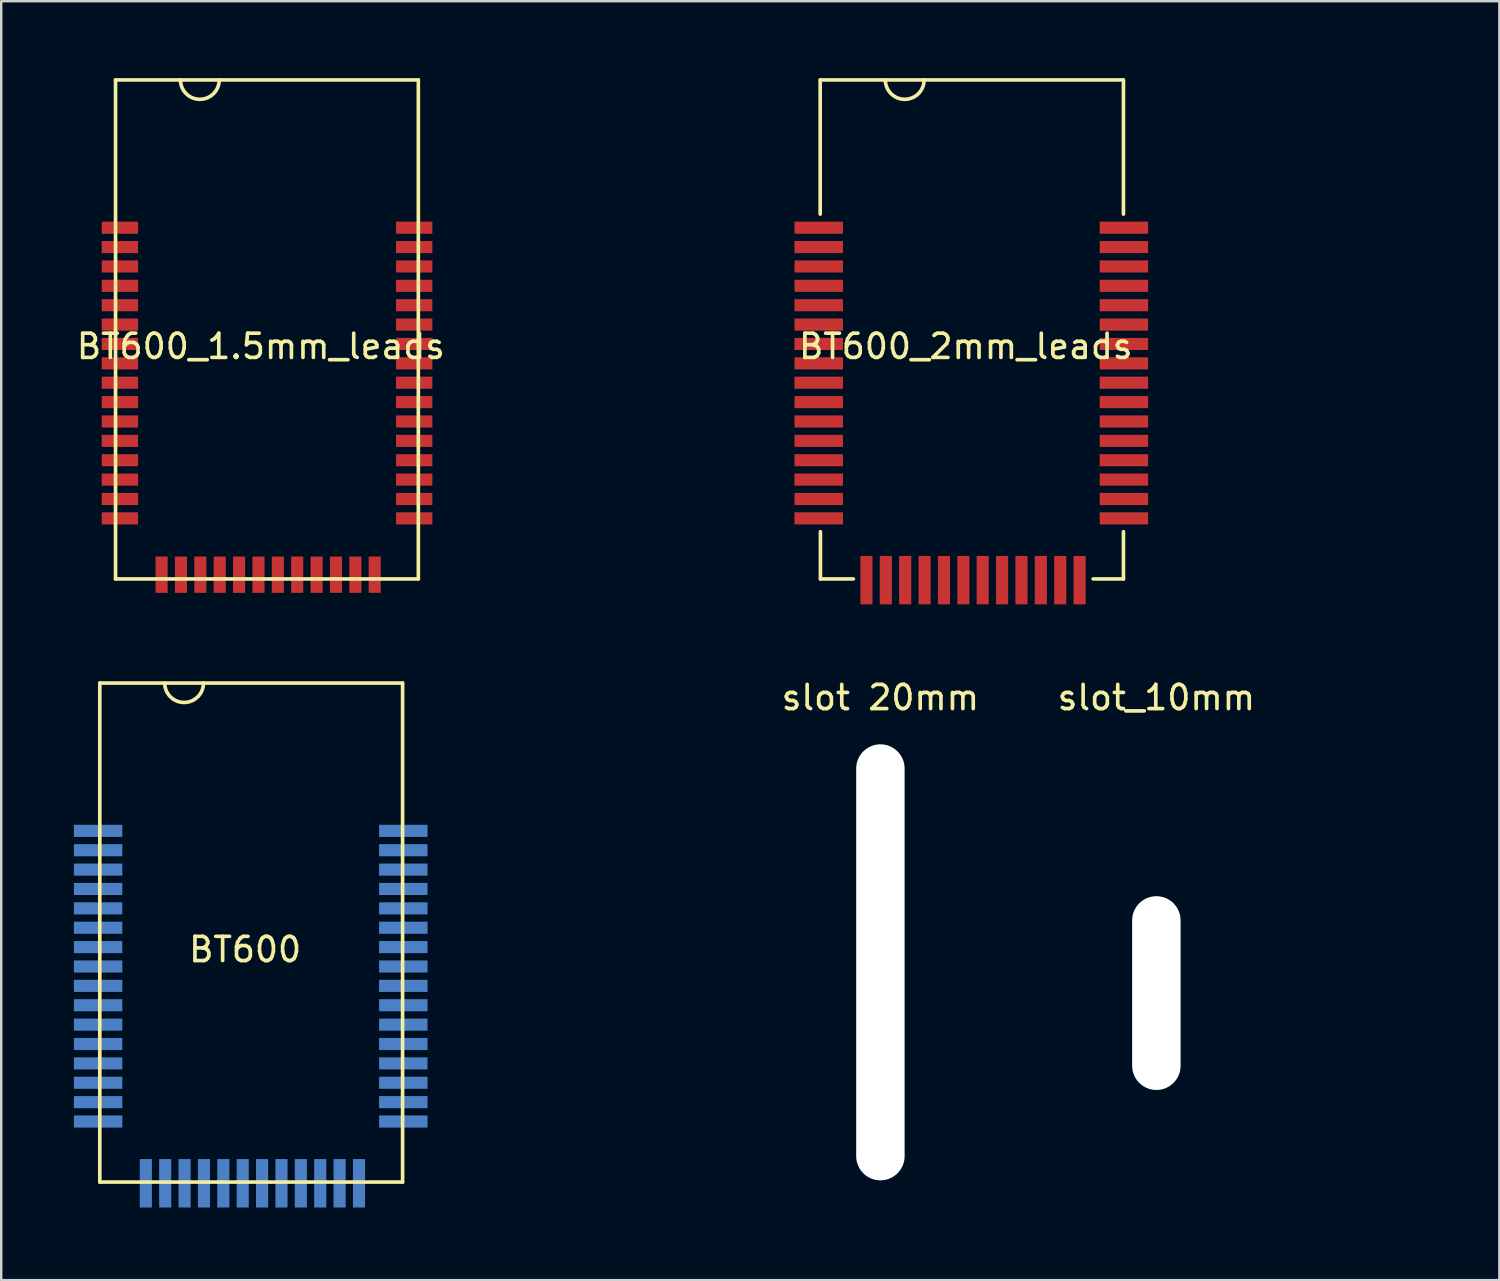
<source format=kicad_pcb>
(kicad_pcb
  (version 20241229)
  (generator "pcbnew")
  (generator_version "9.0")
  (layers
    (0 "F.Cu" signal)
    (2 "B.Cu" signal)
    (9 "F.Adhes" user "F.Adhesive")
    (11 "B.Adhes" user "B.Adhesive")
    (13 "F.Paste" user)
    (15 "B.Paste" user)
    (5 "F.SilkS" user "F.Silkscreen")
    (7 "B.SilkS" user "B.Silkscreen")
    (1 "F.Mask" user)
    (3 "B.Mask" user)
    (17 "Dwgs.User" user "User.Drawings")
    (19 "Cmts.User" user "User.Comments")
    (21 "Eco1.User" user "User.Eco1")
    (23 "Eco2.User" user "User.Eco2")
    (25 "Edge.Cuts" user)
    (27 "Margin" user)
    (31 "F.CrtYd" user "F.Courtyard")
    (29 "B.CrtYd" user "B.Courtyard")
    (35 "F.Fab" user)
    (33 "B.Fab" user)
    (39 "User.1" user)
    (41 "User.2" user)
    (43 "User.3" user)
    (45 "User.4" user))
  (footprint "slot 20mm"
    (layer "F.Cu")
    (at 33.296 25.248)
    (property "Reference" "slot 20mm" (at 0 0.5 0) (layer "F.SilkS") (effects (font (size 1 1) (thickness 0.15))))
    (attr through_hole)
    (pad "" np_thru_hole oval (at 0 11.43) (size 2 18) (drill oval 2 18) (layers "*.Cu" "*.Mask")))
  (footprint "BT600_1.5mm_leads"
    (layer "F.Cu")
    (at 26.5 0.25)
    (property "Reference" "BT600_1.5mm_leads" (at -18.78 11 0) (layer "F.SilkS") (effects (font (size 1 1) (thickness 0.15))))
    (attr through_hole)
    (fp_line (start -24.78 0) (end -24.78 20.6) (stroke (width 0.15) (type solid)) (layer "F.SilkS"))
    (fp_line (start -24.78 20.6) (end -12.28 20.6) (stroke (width 0.15) (type solid)) (layer "F.SilkS"))
    (fp_line (start -12.28 0) (end -24.78 0) (stroke (width 0.15) (type solid)) (layer "F.SilkS"))
    (fp_line (start -12.28 20.6) (end -12.28 0) (stroke (width 0.15) (type solid)) (layer "F.SilkS"))
    (fp_arc (start -20.5 0) (mid -21.3 0.8) (end -22.1 0) (stroke (width 0.15) (type solid)) (layer "F.SilkS"))
    (pad "1" smd rect (at -22.88 20.425 270) (size 1.5 0.5) (layers "F.Cu" "B.Mask" "B.Paste"))
    (pad "2" smd rect (at -22.08 20.425 270) (size 1.5 0.5) (layers "F.Cu" "B.Mask" "B.Paste"))
    (pad "3" smd rect (at -21.28 20.425 270) (size 1.5 0.5) (layers "F.Cu" "B.Mask" "B.Paste"))
    (pad "4" smd rect (at -20.48 20.425 270) (size 1.5 0.5) (layers "F.Cu" "B.Mask" "B.Paste"))
    (pad "5" smd rect (at -19.68 20.425 270) (size 1.5 0.5) (layers "F.Cu" "B.Mask" "B.Paste"))
    (pad "6" smd rect (at -18.88 20.425 270) (size 1.5 0.5) (layers "F.Cu" "B.Mask" "B.Paste"))
    (pad "7" smd rect (at -18.08 20.425 270) (size 1.5 0.5) (layers "F.Cu" "B.Mask" "B.Paste"))
    (pad "8" smd rect (at -17.28 20.425 270) (size 1.5 0.5) (layers "F.Cu" "B.Mask" "B.Paste"))
    (pad "9" smd rect (at -16.48 20.425 270) (size 1.5 0.5) (layers "F.Cu" "B.Mask" "B.Paste"))
    (pad "10" smd rect (at -15.68 20.425 270) (size 1.5 0.5) (layers "F.Cu" "B.Mask" "B.Paste"))
    (pad "11" smd rect (at -14.88 20.425 270) (size 1.5 0.5) (layers "F.Cu" "B.Mask" "B.Paste"))
    (pad "12" smd rect (at -14.08 20.425 270) (size 1.5 0.5) (layers "F.Cu" "B.Mask" "B.Paste"))
    (pad "13" smd rect (at -12.45 18.1 270) (size 0.5 1.5) (layers "F.Cu" "B.Mask" "B.Paste"))
    (pad "14" smd rect (at -12.45 17.3 270) (size 0.5 1.5) (layers "F.Cu" "B.Mask" "B.Paste"))
    (pad "15" smd rect (at -12.45 16.5 270) (size 0.5 1.5) (layers "F.Cu" "B.Mask" "B.Paste"))
    (pad "16" smd rect (at -12.45 15.7 270) (size 0.5 1.5) (layers "F.Cu" "B.Mask" "B.Paste"))
    (pad "17" smd rect (at -12.45 14.9 270) (size 0.5 1.5) (layers "F.Cu" "B.Mask" "B.Paste"))
    (pad "18" smd rect (at -12.45 14.1 270) (size 0.5 1.5) (layers "F.Cu" "B.Mask" "B.Paste"))
    (pad "19" smd rect (at -12.45 13.3 270) (size 0.5 1.5) (layers "F.Cu" "B.Mask" "B.Paste"))
    (pad "20" smd rect (at -12.45 12.5 270) (size 0.5 1.5) (layers "F.Cu" "B.Mask" "B.Paste"))
    (pad "21" smd rect (at -12.45 11.7 270) (size 0.5 1.5) (layers "F.Cu" "B.Mask" "B.Paste"))
    (pad "22" smd rect (at -12.45 10.9 270) (size 0.5 1.5) (layers "F.Cu" "B.Mask" "B.Paste"))
    (pad "23" smd rect (at -12.45 10.1 270) (size 0.5 1.5) (layers "F.Cu" "B.Mask" "B.Paste"))
    (pad "24" smd rect (at -12.45 9.3 270) (size 0.5 1.5) (layers "F.Cu" "B.Mask" "B.Paste"))
    (pad "25" smd rect (at -12.45 8.5 270) (size 0.5 1.5) (layers "F.Cu" "B.Mask" "B.Paste"))
    (pad "26" smd rect (at -12.45 7.7 270) (size 0.5 1.5) (layers "F.Cu" "B.Mask" "B.Paste"))
    (pad "27" smd rect (at -12.45 6.9 270) (size 0.5 1.5) (layers "F.Cu" "B.Mask" "B.Paste"))
    (pad "28" smd rect (at -12.45 6.1 270) (size 0.5 1.5) (layers "F.Cu" "B.Mask" "B.Paste"))
    (pad "29" smd rect (at -24.6 6.1 270) (size 0.5 1.5) (layers "F.Cu" "B.Mask" "B.Paste"))
    (pad "30" smd rect (at -24.6 6.9 270) (size 0.5 1.5) (layers "F.Cu" "B.Mask" "B.Paste"))
    (pad "31" smd rect (at -24.6 7.7 270) (size 0.5 1.5) (layers "F.Cu" "B.Mask" "B.Paste"))
    (pad "32" smd rect (at -24.6 8.5 270) (size 0.5 1.5) (layers "F.Cu" "B.Mask" "B.Paste"))
    (pad "33" smd rect (at -24.6 9.3 270) (size 0.5 1.5) (layers "F.Cu" "B.Mask" "B.Paste"))
    (pad "34" smd rect (at -24.6 10.1 270) (size 0.5 1.5) (layers "F.Cu" "B.Mask" "B.Paste"))
    (pad "35" smd rect (at -24.6 10.9 270) (size 0.5 1.5) (layers "F.Cu" "B.Mask" "B.Paste"))
    (pad "36" smd rect (at -24.6 11.7 270) (size 0.5 1.5) (layers "F.Cu" "B.Mask" "B.Paste"))
    (pad "37" smd rect (at -24.6 12.5 270) (size 0.5 1.5) (layers "F.Cu" "B.Mask" "B.Paste"))
    (pad "38" smd rect (at -24.6 13.3 270) (size 0.5 1.5) (layers "F.Cu" "B.Mask" "B.Paste"))
    (pad "39" smd rect (at -24.6 14.1 270) (size 0.5 1.5) (layers "F.Cu" "B.Mask" "B.Paste"))
    (pad "40" smd rect (at -24.6 14.9 270) (size 0.5 1.5) (layers "F.Cu" "B.Mask" "B.Paste"))
    (pad "41" smd rect (at -24.6 15.7 270) (size 0.5 1.5) (layers "F.Cu" "B.Mask" "B.Paste"))
    (pad "42" smd rect (at -24.6 16.5 270) (size 0.5 1.5) (layers "F.Cu" "B.Mask" "B.Paste"))
    (pad "43" smd rect (at -24.6 17.3 270) (size 0.5 1.5) (layers "F.Cu" "B.Mask" "B.Paste"))
    (pad "44" smd rect (at -24.6 18.1 270) (size 0.5 1.5) (layers "F.Cu" "B.Mask" "B.Paste")))
  (footprint "slot_10mm"
    (layer "F.Cu")
    (at 44.689 25.248)
    (property "Reference" "slot_10mm" (at 0 0.5 0) (layer "F.SilkS") (effects (font (size 1 1) (thickness 0.15))))
    (attr through_hole)
    (pad "" np_thru_hole oval (at 0 12.7) (size 2 8) (drill oval 2 8) (layers "*.Cu" "*.Mask")))
  (footprint "BT600_2mm_leads"
    (layer "F.Cu")
    (at 55.6 0.25)
    (property "Reference" "BT600_2mm_leads" (at -18.78 11 0) (layer "F.SilkS") (effects (font (size 1 1) (thickness 0.15))))
    (attr through_hole)
    (fp_line (start -24.79 0) (end -24.79 5.54) (stroke (width 0.15) (type solid)) (layer "F.SilkS"))
    (fp_line (start -24.78 20.6) (end -24.78 18.65) (stroke (width 0.15) (type solid)) (layer "F.SilkS"))
    (fp_line (start -24.78 20.6) (end -23.42 20.6) (stroke (width 0.15) (type solid)) (layer "F.SilkS"))
    (fp_line (start -12.28 0) (end -24.78 0) (stroke (width 0.15) (type solid)) (layer "F.SilkS"))
    (fp_line (start -12.27 0) (end -12.27 5.54) (stroke (width 0.15) (type solid)) (layer "F.SilkS"))
    (fp_line (start -12.27 20.6) (end -13.52 20.6) (stroke (width 0.15) (type solid)) (layer "F.SilkS"))
    (fp_line (start -12.27 20.6) (end -12.27 18.65) (stroke (width 0.15) (type solid)) (layer "F.SilkS"))
    (fp_arc (start -20.5 0) (mid -21.3 0.8) (end -22.1 0) (stroke (width 0.15) (type solid)) (layer "F.SilkS"))
    (pad "1" smd rect (at -22.88 20.65 90) (size 2 0.5) (layers "F.Cu" "F.Mask" "F.Paste"))
    (pad "2" smd rect (at -22.08 20.65 90) (size 2 0.5) (layers "F.Cu" "F.Mask" "F.Paste"))
    (pad "3" smd rect (at -21.28 20.65 90) (size 2 0.5) (layers "F.Cu" "F.Mask" "F.Paste"))
    (pad "4" smd rect (at -20.48 20.65 90) (size 2 0.5) (layers "F.Cu" "F.Mask" "F.Paste"))
    (pad "5" smd rect (at -19.68 20.65 90) (size 2 0.5) (layers "F.Cu" "F.Mask" "F.Paste"))
    (pad "6" smd rect (at -18.88 20.65 90) (size 2 0.5) (layers "F.Cu" "F.Mask" "F.Paste"))
    (pad "7" smd rect (at -18.08 20.65 90) (size 2 0.5) (layers "F.Cu" "F.Mask" "F.Paste"))
    (pad "8" smd rect (at -17.28 20.65 90) (size 2 0.5) (layers "F.Cu" "F.Mask" "F.Paste"))
    (pad "9" smd rect (at -16.48 20.65 90) (size 2 0.5) (layers "F.Cu" "F.Mask" "F.Paste"))
    (pad "10" smd rect (at -15.68 20.65 90) (size 2 0.5) (layers "F.Cu" "F.Mask" "F.Paste"))
    (pad "11" smd rect (at -14.88 20.65 90) (size 2 0.5) (layers "F.Cu" "F.Mask" "F.Paste"))
    (pad "12" smd rect (at -14.08 20.65 90) (size 2 0.5) (layers "F.Cu" "F.Mask" "F.Paste"))
    (pad "13" smd rect (at -12.25 18.1 90) (size 0.5 2) (layers "F.Cu" "F.Mask" "F.Paste"))
    (pad "14" smd rect (at -12.25 17.3 90) (size 0.5 2) (layers "F.Cu" "F.Mask" "F.Paste"))
    (pad "15" smd rect (at -12.25 16.5 90) (size 0.5 2) (layers "F.Cu" "F.Mask" "F.Paste"))
    (pad "16" smd rect (at -12.25 15.7 90) (size 0.5 2) (layers "F.Cu" "F.Mask" "F.Paste"))
    (pad "17" smd rect (at -12.25 14.9 90) (size 0.5 2) (layers "F.Cu" "F.Mask" "F.Paste"))
    (pad "18" smd rect (at -12.25 14.1 90) (size 0.5 2) (layers "F.Cu" "F.Mask" "F.Paste"))
    (pad "19" smd rect (at -12.25 13.3 90) (size 0.5 2) (layers "F.Cu" "F.Mask" "F.Paste"))
    (pad "20" smd rect (at -12.25 12.5 90) (size 0.5 2) (layers "F.Cu" "F.Mask" "F.Paste"))
    (pad "21" smd rect (at -12.25 11.7 90) (size 0.5 2) (layers "F.Cu" "F.Mask" "F.Paste"))
    (pad "22" smd rect (at -12.25 10.9 90) (size 0.5 2) (layers "F.Cu" "F.Mask" "F.Paste"))
    (pad "23" smd rect (at -12.25 10.1 90) (size 0.5 2) (layers "F.Cu" "F.Mask" "F.Paste"))
    (pad "24" smd rect (at -12.25 9.3 90) (size 0.5 2) (layers "F.Cu" "F.Mask" "F.Paste"))
    (pad "25" smd rect (at -12.25 8.5 90) (size 0.5 2) (layers "F.Cu" "F.Mask" "F.Paste"))
    (pad "26" smd rect (at -12.25 7.7 90) (size 0.5 2) (layers "F.Cu" "F.Mask" "F.Paste"))
    (pad "27" smd rect (at -12.25 6.9 90) (size 0.5 2) (layers "F.Cu" "F.Mask" "F.Paste"))
    (pad "28" smd rect (at -12.25 6.1 90) (size 0.5 2) (layers "F.Cu" "F.Mask" "F.Paste"))
    (pad "29" smd rect (at -24.85 6.1 90) (size 0.5 2) (layers "F.Cu" "F.Mask" "F.Paste"))
    (pad "30" smd rect (at -24.85 6.9 90) (size 0.5 2) (layers "F.Cu" "F.Mask" "F.Paste"))
    (pad "31" smd rect (at -24.85 7.7 90) (size 0.5 2) (layers "F.Cu" "F.Mask" "F.Paste"))
    (pad "32" smd rect (at -24.85 8.5 90) (size 0.5 2) (layers "F.Cu" "F.Mask" "F.Paste"))
    (pad "33" smd rect (at -24.85 9.3 90) (size 0.5 2) (layers "F.Cu" "F.Mask" "F.Paste"))
    (pad "34" smd rect (at -24.85 10.1 90) (size 0.5 2) (layers "F.Cu" "F.Mask" "F.Paste"))
    (pad "35" smd rect (at -24.85 10.9 90) (size 0.5 2) (layers "F.Cu" "F.Mask" "F.Paste"))
    (pad "36" smd rect (at -24.85 11.7 90) (size 0.5 2) (layers "F.Cu" "F.Mask" "F.Paste"))
    (pad "37" smd rect (at -24.85 12.5 90) (size 0.5 2) (layers "F.Cu" "F.Mask" "F.Paste"))
    (pad "38" smd rect (at -24.85 13.3 90) (size 0.5 2) (layers "F.Cu" "F.Mask" "F.Paste"))
    (pad "39" smd rect (at -24.85 14.1 90) (size 0.5 2) (layers "F.Cu" "F.Mask" "F.Paste"))
    (pad "40" smd rect (at -24.85 14.9 90) (size 0.5 2) (layers "F.Cu" "F.Mask" "F.Paste"))
    (pad "41" smd rect (at -24.85 15.7 90) (size 0.5 2) (layers "F.Cu" "F.Mask" "F.Paste"))
    (pad "42" smd rect (at -24.85 16.5 90) (size 0.5 2) (layers "F.Cu" "F.Mask" "F.Paste"))
    (pad "43" smd rect (at -24.85 17.3 90) (size 0.5 2) (layers "F.Cu" "F.Mask" "F.Paste"))
    (pad "44" smd rect (at -24.85 18.1 90) (size 0.5 2) (layers "F.Cu" "F.Mask" "F.Paste")))
  (footprint "BT600"
    (layer "F.Cu")
    (at 25.85 25.15)
    (property "Reference" "BT600" (at -18.78 11 0) (layer "F.SilkS") (effects (font (size 1 1) (thickness 0.15))))
    (attr through_hole)
    (fp_line (start -24.78 0) (end -24.78 20.6) (stroke (width 0.15) (type solid)) (layer "F.SilkS"))
    (fp_line (start -24.78 20.6) (end -12.28 20.6) (stroke (width 0.15) (type solid)) (layer "F.SilkS"))
    (fp_line (start -12.28 0) (end -24.78 0) (stroke (width 0.15) (type solid)) (layer "F.SilkS"))
    (fp_line (start -12.28 20.6) (end -12.28 0) (stroke (width 0.15) (type solid)) (layer "F.SilkS"))
    (fp_arc (start -20.5 0) (mid -21.3 0.8) (end -22.1 0) (stroke (width 0.15) (type solid)) (layer "F.SilkS"))
    (pad "1" smd rect (at -22.88 20.65 270) (size 2 0.5) (layers "B.Cu" "B.Mask" "B.Paste"))
    (pad "2" smd rect (at -22.08 20.65 270) (size 2 0.5) (layers "B.Cu" "B.Mask" "B.Paste"))
    (pad "3" smd rect (at -21.28 20.65 270) (size 2 0.5) (layers "B.Cu" "B.Mask" "B.Paste"))
    (pad "4" smd rect (at -20.48 20.65 270) (size 2 0.5) (layers "B.Cu" "B.Mask" "B.Paste"))
    (pad "5" smd rect (at -19.68 20.65 270) (size 2 0.5) (layers "B.Cu" "B.Mask" "B.Paste"))
    (pad "6" smd rect (at -18.88 20.65 270) (size 2 0.5) (layers "B.Cu" "B.Mask" "B.Paste"))
    (pad "7" smd rect (at -18.08 20.65 270) (size 2 0.5) (layers "B.Cu" "B.Mask" "B.Paste"))
    (pad "8" smd rect (at -17.28 20.65 270) (size 2 0.5) (layers "B.Cu" "B.Mask" "B.Paste"))
    (pad "9" smd rect (at -16.48 20.65 270) (size 2 0.5) (layers "B.Cu" "B.Mask" "B.Paste"))
    (pad "10" smd rect (at -15.68 20.65 270) (size 2 0.5) (layers "B.Cu" "B.Mask" "B.Paste"))
    (pad "11" smd rect (at -14.88 20.65 270) (size 2 0.5) (layers "B.Cu" "B.Mask" "B.Paste"))
    (pad "12" smd rect (at -14.08 20.65 270) (size 2 0.5) (layers "B.Cu" "B.Mask" "B.Paste"))
    (pad "13" smd rect (at -12.25 18.1 270) (size 0.5 2) (layers "B.Cu" "B.Mask" "B.Paste"))
    (pad "14" smd rect (at -12.25 17.3 270) (size 0.5 2) (layers "B.Cu" "B.Mask" "B.Paste"))
    (pad "15" smd rect (at -12.25 16.5 270) (size 0.5 2) (layers "B.Cu" "B.Mask" "B.Paste"))
    (pad "16" smd rect (at -12.25 15.7 270) (size 0.5 2) (layers "B.Cu" "B.Mask" "B.Paste"))
    (pad "17" smd rect (at -12.25 14.9 270) (size 0.5 2) (layers "B.Cu" "B.Mask" "B.Paste"))
    (pad "18" smd rect (at -12.25 14.1 270) (size 0.5 2) (layers "B.Cu" "B.Mask" "B.Paste"))
    (pad "19" smd rect (at -12.25 13.3 270) (size 0.5 2) (layers "B.Cu" "B.Mask" "B.Paste"))
    (pad "20" smd rect (at -12.25 12.5 270) (size 0.5 2) (layers "B.Cu" "B.Mask" "B.Paste"))
    (pad "21" smd rect (at -12.25 11.7 270) (size 0.5 2) (layers "B.Cu" "B.Mask" "B.Paste"))
    (pad "22" smd rect (at -12.25 10.9 270) (size 0.5 2) (layers "B.Cu" "B.Mask" "B.Paste"))
    (pad "23" smd rect (at -12.25 10.1 270) (size 0.5 2) (layers "B.Cu" "B.Mask" "B.Paste"))
    (pad "24" smd rect (at -12.25 9.3 270) (size 0.5 2) (layers "B.Cu" "B.Mask" "B.Paste"))
    (pad "25" smd rect (at -12.25 8.5 270) (size 0.5 2) (layers "B.Cu" "B.Mask" "B.Paste"))
    (pad "26" smd rect (at -12.25 7.7 270) (size 0.5 2) (layers "B.Cu" "B.Mask" "B.Paste"))
    (pad "27" smd rect (at -12.25 6.9 270) (size 0.5 2) (layers "B.Cu" "B.Mask" "B.Paste"))
    (pad "28" smd rect (at -12.25 6.1 270) (size 0.5 2) (layers "B.Cu" "B.Mask" "B.Paste"))
    (pad "29" smd rect (at -24.85 6.1 270) (size 0.5 2) (layers "B.Cu" "B.Mask" "B.Paste"))
    (pad "30" smd rect (at -24.85 6.9 270) (size 0.5 2) (layers "B.Cu" "B.Mask" "B.Paste"))
    (pad "31" smd rect (at -24.85 7.7 270) (size 0.5 2) (layers "B.Cu" "B.Mask" "B.Paste"))
    (pad "32" smd rect (at -24.85 8.5 270) (size 0.5 2) (layers "B.Cu" "B.Mask" "B.Paste"))
    (pad "33" smd rect (at -24.85 9.3 270) (size 0.5 2) (layers "B.Cu" "B.Mask" "B.Paste"))
    (pad "34" smd rect (at -24.85 10.1 270) (size 0.5 2) (layers "B.Cu" "B.Mask" "B.Paste"))
    (pad "35" smd rect (at -24.85 10.9 270) (size 0.5 2) (layers "B.Cu" "B.Mask" "B.Paste"))
    (pad "36" smd rect (at -24.85 11.7 270) (size 0.5 2) (layers "B.Cu" "B.Mask" "B.Paste"))
    (pad "37" smd rect (at -24.85 12.5 270) (size 0.5 2) (layers "B.Cu" "B.Mask" "B.Paste"))
    (pad "38" smd rect (at -24.85 13.3 270) (size 0.5 2) (layers "B.Cu" "B.Mask" "B.Paste"))
    (pad "39" smd rect (at -24.85 14.1 270) (size 0.5 2) (layers "B.Cu" "B.Mask" "B.Paste"))
    (pad "40" smd rect (at -24.85 14.9 270) (size 0.5 2) (layers "B.Cu" "B.Mask" "B.Paste"))
    (pad "41" smd rect (at -24.85 15.7 270) (size 0.5 2) (layers "B.Cu" "B.Mask" "B.Paste"))
    (pad "42" smd rect (at -24.85 16.5 270) (size 0.5 2) (layers "B.Cu" "B.Mask" "B.Paste"))
    (pad "43" smd rect (at -24.85 17.3 270) (size 0.5 2) (layers "B.Cu" "B.Mask" "B.Paste"))
    (pad "44" smd rect (at -24.85 18.1 270) (size 0.5 2) (layers "B.Cu" "B.Mask" "B.Paste")))
  (gr_rect
    (start -3 -3)
    (end 58.85 49.8)
    (stroke (width 0.1) (type default))
    (fill no)
    (layer "Edge.Cuts")))
</source>
